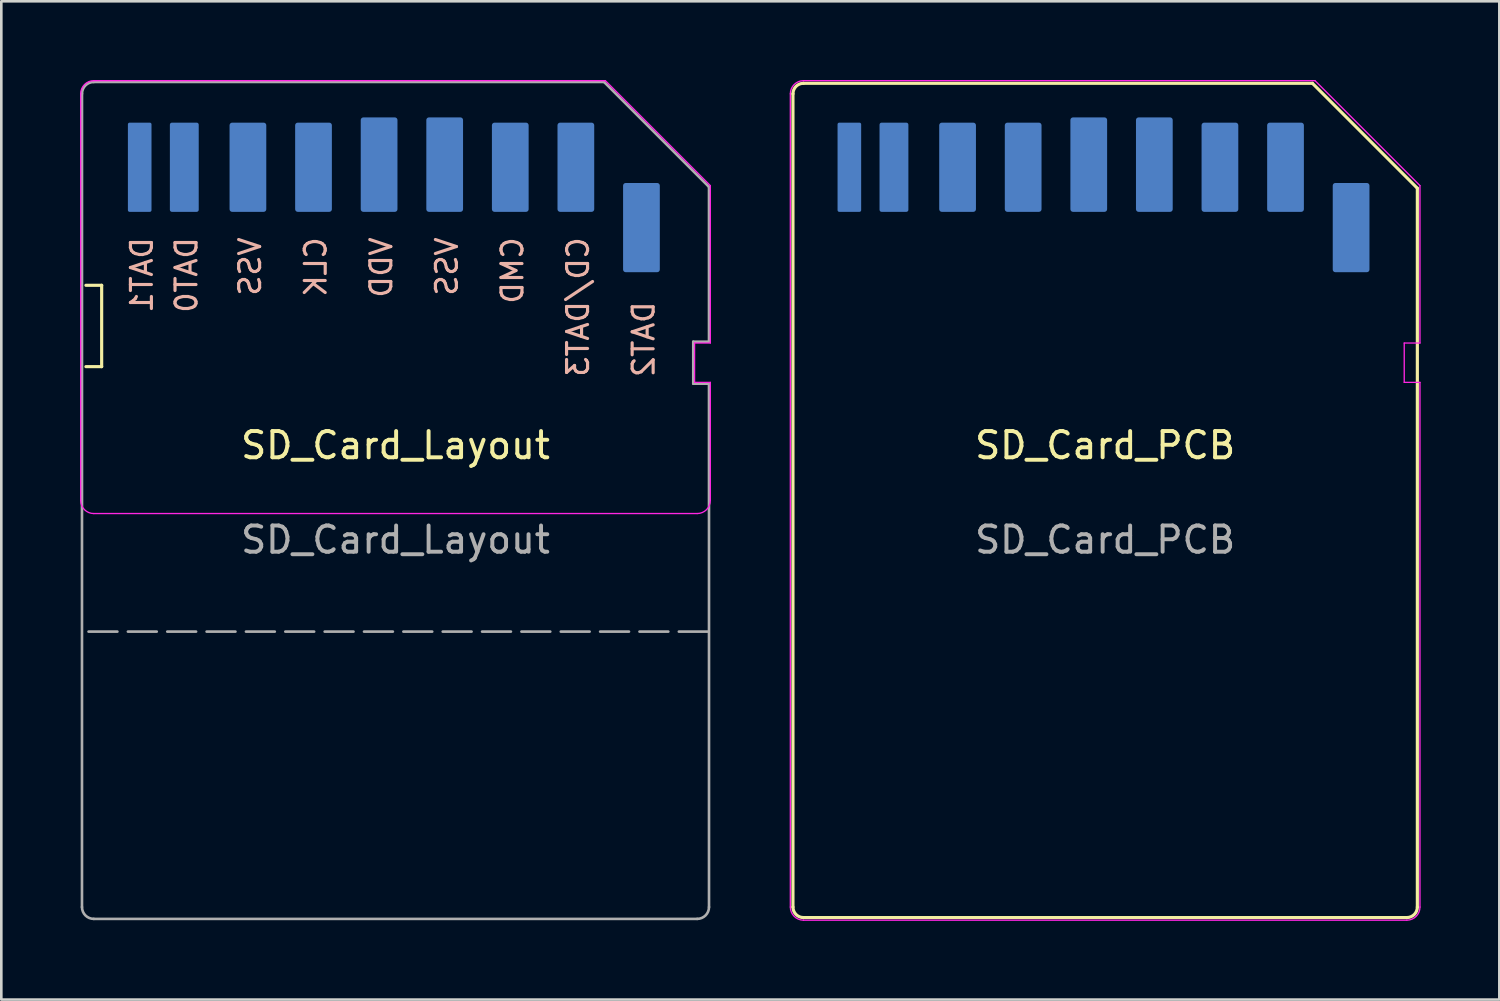
<source format=kicad_pcb>
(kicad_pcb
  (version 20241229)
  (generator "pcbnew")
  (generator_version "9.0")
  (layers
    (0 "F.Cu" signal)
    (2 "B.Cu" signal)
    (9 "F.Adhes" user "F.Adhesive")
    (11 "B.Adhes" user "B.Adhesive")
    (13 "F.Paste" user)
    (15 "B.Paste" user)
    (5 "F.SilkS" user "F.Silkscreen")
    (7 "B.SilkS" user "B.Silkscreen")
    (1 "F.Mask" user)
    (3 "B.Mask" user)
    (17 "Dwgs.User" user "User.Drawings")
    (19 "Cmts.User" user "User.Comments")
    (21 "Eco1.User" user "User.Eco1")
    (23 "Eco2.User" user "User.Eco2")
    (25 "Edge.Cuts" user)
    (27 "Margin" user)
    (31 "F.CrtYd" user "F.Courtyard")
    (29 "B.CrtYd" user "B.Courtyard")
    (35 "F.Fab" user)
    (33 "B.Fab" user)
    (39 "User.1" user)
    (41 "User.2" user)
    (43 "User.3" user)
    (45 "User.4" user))
  (footprint "SD_Card_PCB"
    (layer "F.Cu")
    (at 39.075 16.025)
    (property "Reference" "SD_Card_PCB" (at 0 -2.1 0) (unlocked yes) (layer "F.SilkS") (effects (font (size 1 1) (thickness 0.15))))
    (fp_line (start -11.9 -15.5) (end -11.9 15.5) (stroke (width 0.12) (type default)) (layer "F.SilkS"))
    (fp_line (start -11.5 -15.9) (end 7.9 -15.9) (stroke (width 0.12) (type default)) (layer "F.SilkS"))
    (fp_line (start -11.5 15.9) (end 11.5 15.9) (stroke (width 0.12) (type default)) (layer "F.SilkS"))
    (fp_line (start 7.9 -15.9) (end 11.9 -11.9) (stroke (width 0.12) (type default)) (layer "F.SilkS"))
    (fp_line (start 11.9 -11.9) (end 11.9 15.5) (stroke (width 0.12) (type default)) (layer "F.SilkS"))
    (fp_arc (start -11.9 -15.5) (mid -11.782843 -15.782843) (end -11.5 -15.9) (stroke (width 0.12) (type default)) (layer "F.SilkS"))
    (fp_arc (start -11.5 15.9) (mid -11.782843 15.782843) (end -11.9 15.5) (stroke (width 0.12) (type default)) (layer "F.SilkS"))
    (fp_arc (start 11.9 15.5) (mid 11.782843 15.782843) (end 11.5 15.9) (stroke (width 0.12) (type default)) (layer "F.SilkS"))
    (fp_line (start -12 -15.5) (end -12 15.5) (stroke (width 0.05) (type default)) (layer "F.CrtYd"))
    (fp_line (start -11.5 -16) (end 8 -16) (stroke (width 0.05) (type default)) (layer "F.CrtYd"))
    (fp_line (start 8 -16) (end 12 -12) (stroke (width 0.05) (type default)) (layer "F.CrtYd"))
    (fp_line (start 11.4 -6) (end 11.4 -4.5) (stroke (width 0.05) (type default)) (layer "F.CrtYd"))
    (fp_line (start 11.4 -4.5) (end 12 -4.5) (stroke (width 0.05) (type default)) (layer "F.CrtYd"))
    (fp_line (start 11.5 16) (end -11.5 16) (stroke (width 0.05) (type default)) (layer "F.CrtYd"))
    (fp_line (start 12 -12) (end 12 -6) (stroke (width 0.05) (type default)) (layer "F.CrtYd"))
    (fp_line (start 12 -6) (end 11.4 -6) (stroke (width 0.05) (type default)) (layer "F.CrtYd"))
    (fp_line (start 12 -4.5) (end 12 15.5) (stroke (width 0.05) (type default)) (layer "F.CrtYd"))
    (fp_arc (start -12 -15.5) (mid -11.853553 -15.853553) (end -11.5 -16) (stroke (width 0.05) (type default)) (layer "F.CrtYd"))
    (fp_arc (start -11.5 16) (mid -11.853553 15.853553) (end -12 15.5) (stroke (width 0.05) (type default)) (layer "F.CrtYd"))
    (fp_arc (start 12 15.5) (mid 11.853553 15.853553) (end 11.5 16) (stroke (width 0.05) (type default)) (layer "F.CrtYd"))
    (fp_text user "${REFERENCE}" (at 0 1.5 0) (unlocked yes) (layer "F.Fab") (effects (font (size 1 1) (thickness 0.15))))
    (pad "1" smd roundrect (at 6.875 -12.7) (size 1.4 3.4) (layers "B.Cu" "B.Mask" "B.Paste") (roundrect_rratio 0.071))
    (pad "2" smd roundrect (at 4.375 -12.7) (size 1.4 3.4) (layers "B.Cu" "B.Mask" "B.Paste") (roundrect_rratio 0.071))
    (pad "3" smd roundrect (at 1.875 -12.8) (size 1.4 3.6) (layers "B.Cu" "B.Mask" "B.Paste") (roundrect_rratio 0.071))
    (pad "4" smd roundrect (at -0.625 -12.8) (size 1.4 3.6) (layers "B.Cu" "B.Mask" "B.Paste") (roundrect_rratio 0.071))
    (pad "5" smd roundrect (at -3.125 -12.7) (size 1.4 3.4) (layers "B.Cu" "B.Mask" "B.Paste") (roundrect_rratio 0.071))
    (pad "6" smd roundrect (at -5.625 -12.7) (size 1.4 3.4) (layers "B.Cu" "B.Mask" "B.Paste") (roundrect_rratio 0.071))
    (pad "7" smd roundrect (at -8.05 -12.7) (size 1.1 3.4) (layers "B.Cu" "B.Mask" "B.Paste") (roundrect_rratio 0.071))
    (pad "8" smd roundrect (at -9.75 -12.7) (size 0.9 3.4) (layers "B.Cu" "B.Mask" "B.Paste") (roundrect_rratio 0.071))
    (pad "9" smd roundrect (at 9.375 -10.4) (size 1.4 3.4) (layers "B.Cu" "B.Mask" "B.Paste") (roundrect_rratio 0.071)))
  (footprint "SD_Card_Layout"
    (layer "F.Cu")
    (at 12.025 16.025)
    (property "Reference" "SD_Card_Layout" (at 0 -2.1 0) (unlocked yes) (layer "F.SilkS") (effects (font (size 1 1) (thickness 0.15))))
    (attr smd exclude_from_pos_files exclude_from_bom)
    (fp_line (start -11.8 -8.2) (end -11.2 -8.2) (stroke (width 0.12) (type default)) (layer "F.SilkS"))
    (fp_line (start -11.2 -8.2) (end -11.2 -5.1) (stroke (width 0.12) (type default)) (layer "F.SilkS"))
    (fp_line (start -11.2 -5.1) (end -11.8 -5.1) (stroke (width 0.12) (type default)) (layer "F.SilkS"))
    (fp_line (start -12 -15.5) (end -12 0) (stroke (width 0.05) (type default)) (layer "F.CrtYd"))
    (fp_line (start -11.5 -16) (end 8 -16) (stroke (width 0.05) (type default)) (layer "F.CrtYd"))
    (fp_line (start 8 -16) (end 12 -12) (stroke (width 0.05) (type default)) (layer "F.CrtYd"))
    (fp_line (start 11.4 -6) (end 11.4 -4.5) (stroke (width 0.05) (type default)) (layer "F.CrtYd"))
    (fp_line (start 11.4 -4.5) (end 12 -4.5) (stroke (width 0.05) (type default)) (layer "F.CrtYd"))
    (fp_line (start 11.5 0.5) (end -11.5 0.5) (stroke (width 0.05) (type default)) (layer "F.CrtYd"))
    (fp_line (start 12 -12) (end 12 -6) (stroke (width 0.05) (type default)) (layer "F.CrtYd"))
    (fp_line (start 12 -6) (end 11.4 -6) (stroke (width 0.05) (type default)) (layer "F.CrtYd"))
    (fp_line (start 12 -4.5) (end 12 0) (stroke (width 0.05) (type default)) (layer "F.CrtYd"))
    (fp_arc (start -12 -15.5) (mid -11.853553 -15.853553) (end -11.5 -16) (stroke (width 0.05) (type default)) (layer "F.CrtYd"))
    (fp_arc (start -11.5 0.5) (mid -11.853553 0.353553) (end -12 0) (stroke (width 0.05) (type default)) (layer "F.CrtYd"))
    (fp_arc (start 12 0) (mid 11.853553 0.353553) (end 11.5 0.5) (stroke (width 0.05) (type default)) (layer "F.CrtYd"))
    (fp_line (start -11.95 15.5) (end -11.95 -15.5) (stroke (width 0.1) (type default)) (layer "F.Fab"))
    (fp_line (start -11.5 -15.95) (end 7.95 -15.95) (stroke (width 0.1) (type default)) (layer "F.Fab"))
    (fp_line (start 7.95 -15.95) (end 11.95 -11.95) (stroke (width 0.1) (type default)) (layer "F.Fab"))
    (fp_line (start 11.35 -6.05) (end 11.35 -4.45) (stroke (width 0.1) (type default)) (layer "F.Fab"))
    (fp_line (start 11.35 -4.45) (end 11.95 -4.45) (stroke (width 0.1) (type default)) (layer "F.Fab"))
    (fp_line (start 11.5 15.95) (end -11.5 15.95) (stroke (width 0.1) (type default)) (layer "F.Fab"))
    (fp_line (start 11.9 5) (end -11.9 5) (stroke (width 0.1) (type dash)) (layer "F.Fab"))
    (fp_line (start 11.95 -11.95) (end 11.95 -6.05) (stroke (width 0.1) (type default)) (layer "F.Fab"))
    (fp_line (start 11.95 -6.05) (end 11.35 -6.05) (stroke (width 0.1) (type default)) (layer "F.Fab"))
    (fp_line (start 11.95 -4.45) (end 11.95 15.5) (stroke (width 0.1) (type default)) (layer "F.Fab"))
    (fp_arc (start -11.95 -15.5) (mid -11.818198 -15.818198) (end -11.5 -15.95) (stroke (width 0.1) (type default)) (layer "F.Fab"))
    (fp_arc (start -11.5 15.95) (mid -11.818198 15.818198) (end -11.95 15.5) (stroke (width 0.1) (type default)) (layer "F.Fab"))
    (fp_arc (start 11.95 15.5) (mid 11.818198 15.818198) (end 11.5 15.95) (stroke (width 0.1) (type default)) (layer "F.Fab"))
    (fp_text user "CD/DAT3" (at 7.425 -10.1 90) (unlocked yes) (layer "B.SilkS") (effects (font (size 0.8 0.8) (thickness 0.12)) (justify left bottom mirror)))
    (fp_text user "DAT0" (at -7.5 -10.1 90) (unlocked yes) (layer "B.SilkS") (effects (font (size 0.8 0.8) (thickness 0.12)) (justify left bottom mirror)))
    (fp_text user "VDD" (at -0.075 -10.1 90) (unlocked yes) (layer "B.SilkS") (effects (font (size 0.8 0.8) (thickness 0.12)) (justify left bottom mirror)))
    (fp_text user "VSS" (at 2.425 -10.1 90) (unlocked yes) (layer "B.SilkS") (effects (font (size 0.8 0.8) (thickness 0.12)) (justify left bottom mirror)))
    (fp_text user "DAT2" (at 9.925 -7.65 90) (unlocked yes) (layer "B.SilkS") (effects (font (size 0.8 0.8) (thickness 0.12)) (justify left bottom mirror)))
    (fp_text user "VSS" (at -5.075 -10.1 90) (unlocked yes) (layer "B.SilkS") (effects (font (size 0.8 0.8) (thickness 0.12)) (justify left bottom mirror)))
    (fp_text user "DAT1" (at -9.2 -10.1 90) (unlocked yes) (layer "B.SilkS") (effects (font (size 0.8 0.8) (thickness 0.12)) (justify left bottom mirror)))
    (fp_text user "CMD" (at 4.925 -10.1 90) (unlocked yes) (layer "B.SilkS") (effects (font (size 0.8 0.8) (thickness 0.12)) (justify left bottom mirror)))
    (fp_text user "CLK" (at -2.575 -10.1 90) (unlocked yes) (layer "B.SilkS") (effects (font (size 0.8 0.8) (thickness 0.12)) (justify left bottom mirror)))
    (fp_text user "${REFERENCE}" (at 0 1.5 0) (unlocked yes) (layer "F.Fab") (effects (font (size 1 1) (thickness 0.15))))
    (pad "1" connect roundrect (at 6.875 -12.7) (size 1.4 3.4) (layers "B.Cu" "B.Mask") (roundrect_rratio 0.071))
    (pad "2" connect roundrect (at 4.375 -12.7) (size 1.4 3.4) (layers "B.Cu" "B.Mask") (roundrect_rratio 0.071))
    (pad "3" connect roundrect (at 1.875 -12.8) (size 1.4 3.6) (layers "B.Cu" "B.Mask") (roundrect_rratio 0.071))
    (pad "4" connect roundrect (at -0.625 -12.8) (size 1.4 3.6) (layers "B.Cu" "B.Mask") (roundrect_rratio 0.071))
    (pad "5" connect roundrect (at -3.125 -12.7) (size 1.4 3.4) (layers "B.Cu" "B.Mask") (roundrect_rratio 0.071))
    (pad "6" connect roundrect (at -5.625 -12.7) (size 1.4 3.4) (layers "B.Cu" "B.Mask") (roundrect_rratio 0.071))
    (pad "7" connect roundrect (at -8.05 -12.7) (size 1.1 3.4) (layers "B.Cu" "B.Mask") (roundrect_rratio 0.071))
    (pad "8" connect roundrect (at -9.75 -12.7) (size 0.9 3.4) (layers "B.Cu" "B.Mask") (roundrect_rratio 0.071))
    (pad "9" connect roundrect (at 9.375 -10.4) (size 1.4 3.4) (layers "B.Cu" "B.Mask") (roundrect_rratio 0.071)))
  (gr_rect
    (start -3 -3)
    (end 54.1 35.05)
    (stroke (width 0.1) (type default))
    (fill no)
    (layer "Edge.Cuts")))
</source>
